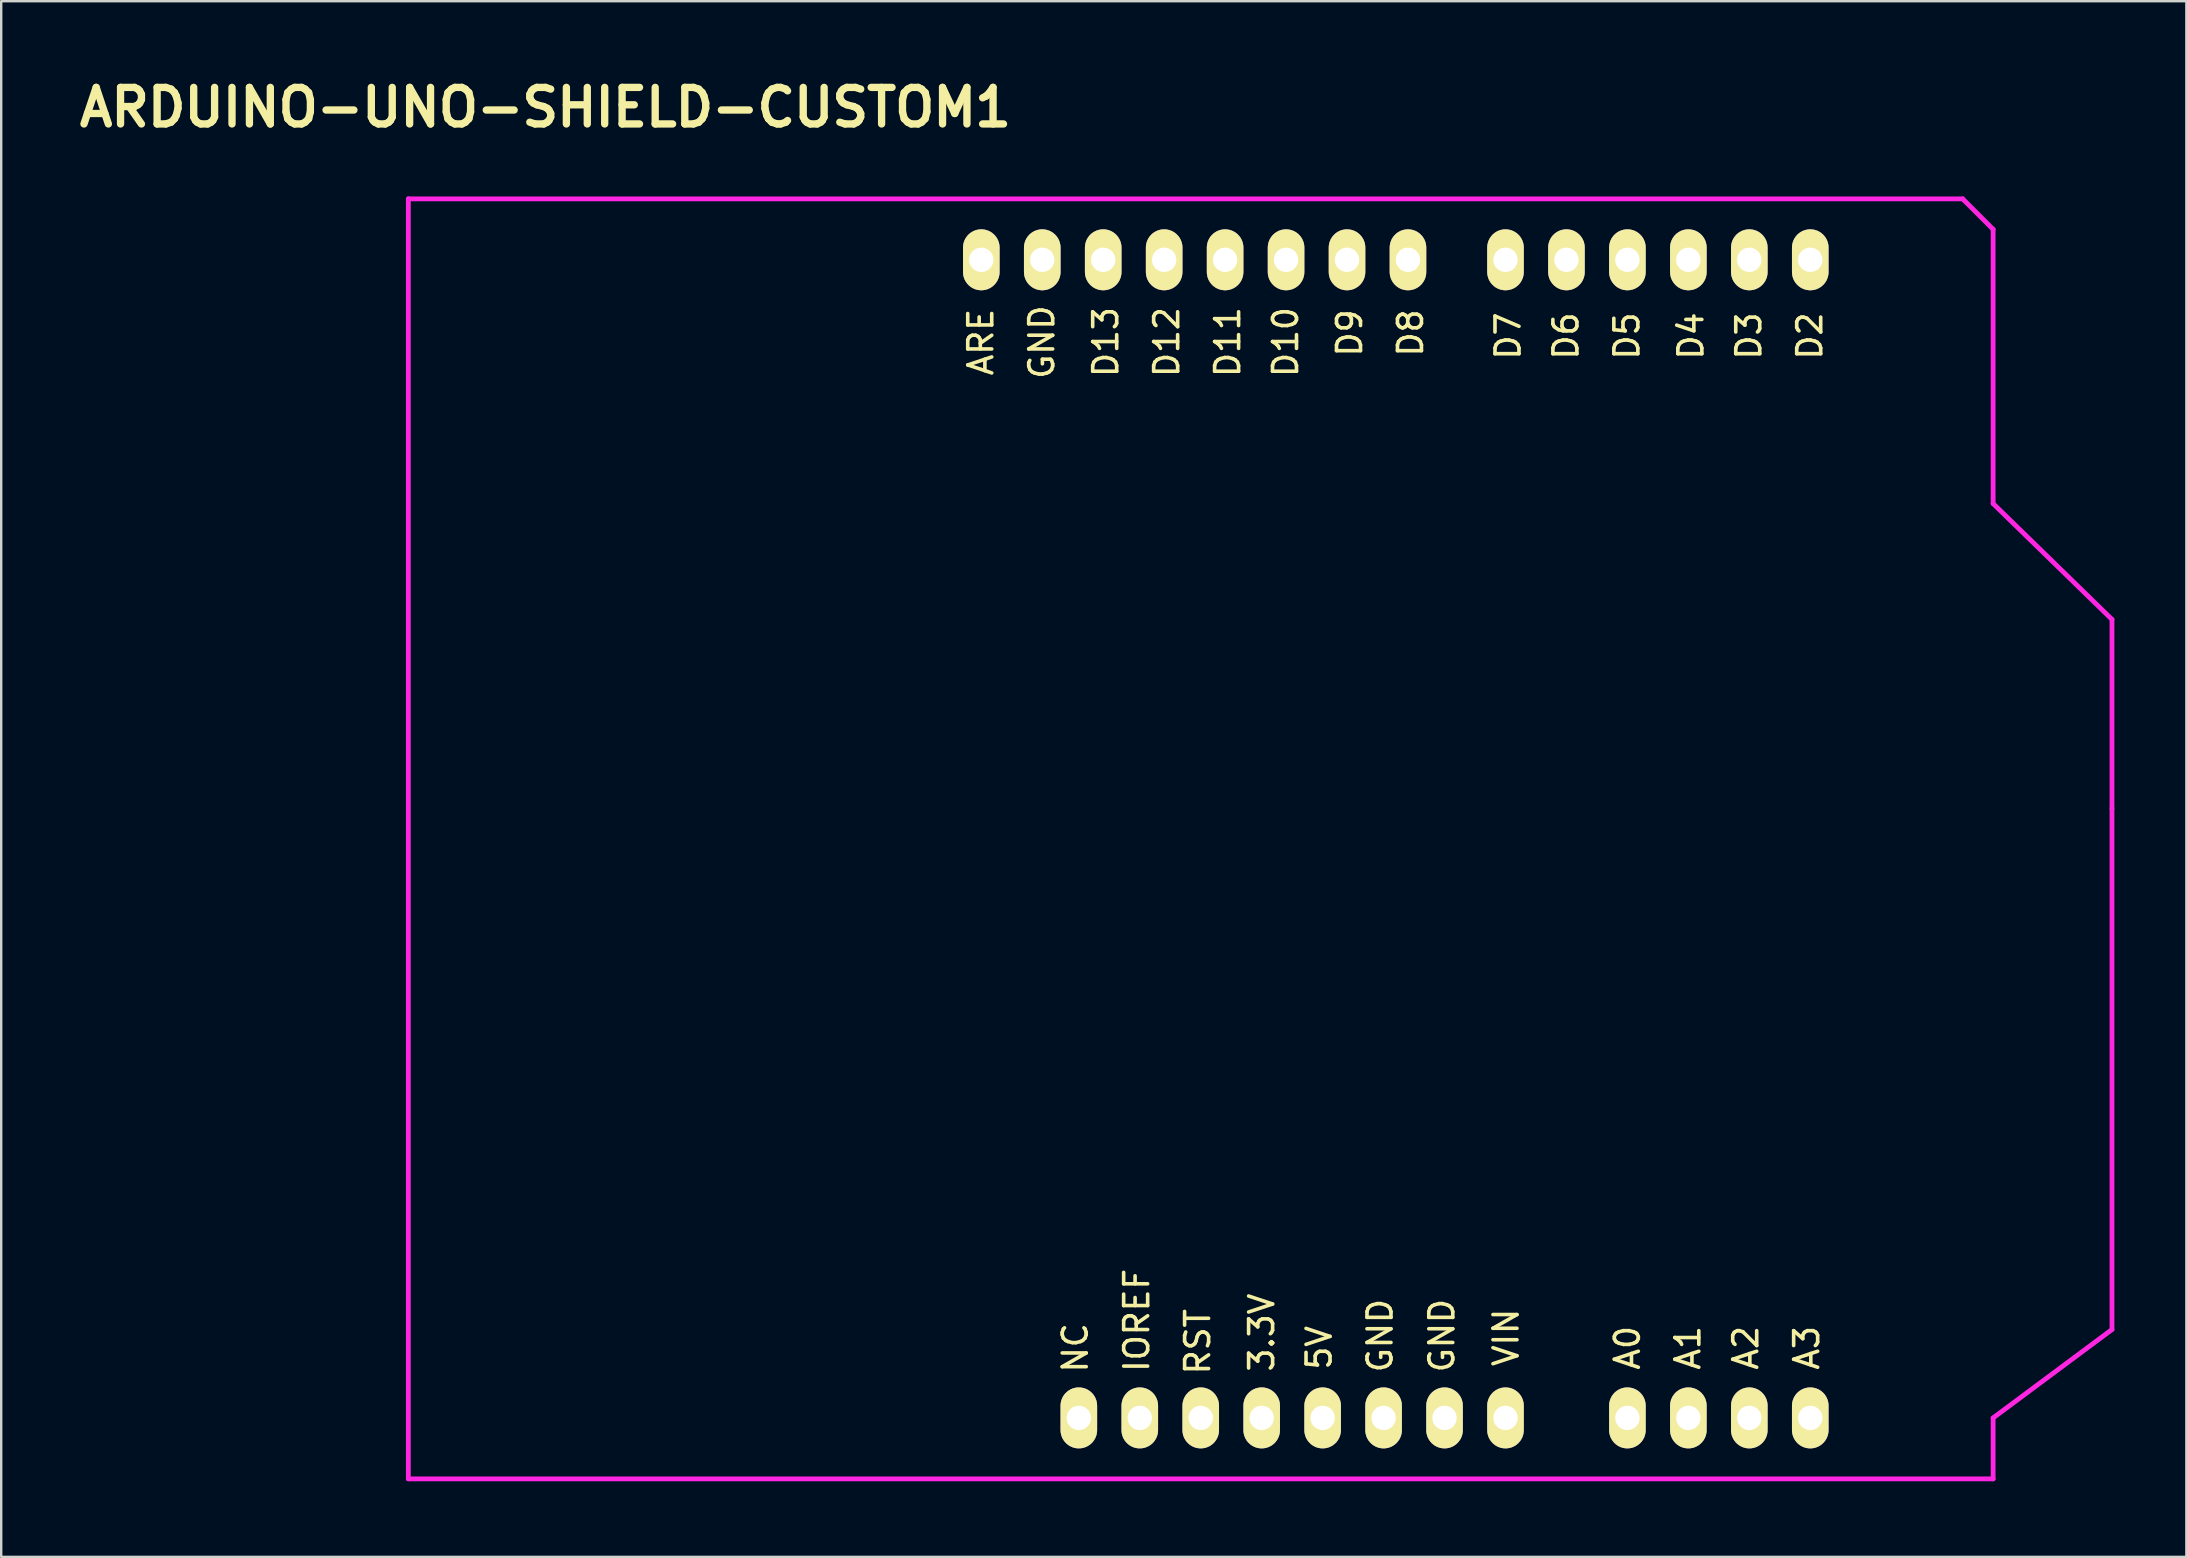
<source format=kicad_pcb>
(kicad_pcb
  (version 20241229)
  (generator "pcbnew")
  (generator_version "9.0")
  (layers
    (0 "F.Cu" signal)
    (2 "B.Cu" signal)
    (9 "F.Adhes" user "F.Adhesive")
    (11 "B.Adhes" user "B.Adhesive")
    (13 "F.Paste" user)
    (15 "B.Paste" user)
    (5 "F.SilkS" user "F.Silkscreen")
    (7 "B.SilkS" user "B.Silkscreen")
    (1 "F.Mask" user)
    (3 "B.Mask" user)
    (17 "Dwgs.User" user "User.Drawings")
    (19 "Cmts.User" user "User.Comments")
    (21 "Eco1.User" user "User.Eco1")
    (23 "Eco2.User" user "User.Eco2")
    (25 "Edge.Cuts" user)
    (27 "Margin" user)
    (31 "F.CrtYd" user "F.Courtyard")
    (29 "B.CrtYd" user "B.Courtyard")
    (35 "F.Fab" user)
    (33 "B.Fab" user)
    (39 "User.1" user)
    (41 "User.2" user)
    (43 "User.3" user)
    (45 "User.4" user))
  (footprint "ARDUINO-UNO-SHIELD-CUSTOM1"
    (layer "F.Cu")
    (at 13.966 58.576)
    (property "Reference" "ARDUINO-UNO-SHIELD-CUSTOM1" (at 5.715 -57.15 0) (layer "F.SilkS") (effects (font (size 1.524 1.524) (thickness 0.305))))
    (attr through_hole)
    (fp_line (start 0 0) (end 0 -53.34) (stroke (width 0.2) (type solid)) (layer "F.CrtYd"))
    (fp_line (start 0 0) (end 66.04 0) (stroke (width 0.2) (type solid)) (layer "F.CrtYd"))
    (fp_line (start 64.77 -53.34) (end 0 -53.34) (stroke (width 0.2) (type solid)) (layer "F.CrtYd"))
    (fp_line (start 66.04 -52.07) (end 64.77 -53.34) (stroke (width 0.2) (type solid)) (layer "F.CrtYd"))
    (fp_line (start 66.04 -40.64) (end 66.04 -52.07) (stroke (width 0.2) (type solid)) (layer "F.CrtYd"))
    (fp_line (start 66.04 -40.64) (end 70.993 -35.814) (stroke (width 0.2) (type solid)) (layer "F.CrtYd"))
    (fp_line (start 66.04 -2.54) (end 66.04 0) (stroke (width 0.2) (type solid)) (layer "F.CrtYd"))
    (fp_line (start 66.04 -2.54) (end 70.993 -6.223) (stroke (width 0.2) (type solid)) (layer "F.CrtYd"))
    (fp_line (start 70.993 -35.814) (end 70.993 -27.94) (stroke (width 0.2) (type solid)) (layer "F.CrtYd"))
    (fp_line (start 70.993 -27.94) (end 70.993 -6.223) (stroke (width 0.2) (type solid)) (layer "F.CrtYd"))
    (fp_text user "D12" (at 31.603 -47.371 90) (layer "F.SilkS") (effects (font (size 1 1) (thickness 0.15))))
    (fp_text user "A2" (at 55.733 -5.461 90) (layer "F.SilkS") (effects (font (size 1 1) (thickness 0.15))))
    (fp_text user "D4" (at 53.447 -47.625 90) (layer "F.SilkS") (effects (font (size 1 1) (thickness 0.15))))
    (fp_text user "D3" (at 55.86 -47.625 90) (layer "F.SilkS") (effects (font (size 1 1) (thickness 0.15))))
    (fp_text user "D9" (at 39.223 -47.752 90) (layer "F.SilkS") (effects (font (size 1 1) (thickness 0.15))))
    (fp_text user "RST" (at 32.893 -5.715 90) (layer "F.SilkS") (effects (font (size 1 1) (thickness 0.15))))
    (fp_text user "GND" (at 26.396 -47.371 90) (layer "F.SilkS") (effects (font (size 1 1) (thickness 0.15))))
    (fp_text user "5V" (at 37.953 -5.461 90) (layer "F.SilkS") (effects (font (size 1 1) (thickness 0.15))))
    (fp_text user "A1" (at 53.32 -5.461 90) (layer "F.SilkS") (effects (font (size 1 1) (thickness 0.15))))
    (fp_text user "D10" (at 36.556 -47.371 90) (layer "F.SilkS") (effects (font (size 1 1) (thickness 0.15))))
    (fp_text user "D13" (at 29.063 -47.371 90) (layer "F.SilkS") (effects (font (size 1 1) (thickness 0.15))))
    (fp_text user "D6" (at 48.24 -47.625 90) (layer "F.SilkS") (effects (font (size 1 1) (thickness 0.15))))
    (fp_text user "VIN" (at 45.743 -5.894 90) (layer "F.SilkS") (effects (font (size 1 1) (thickness 0.15))))
    (fp_text user "GND" (at 43.068 -5.969 90) (layer "F.SilkS") (effects (font (size 1 1) (thickness 0.15))))
    (fp_text user "D8" (at 41.763 -47.752 90) (layer "F.SilkS") (effects (font (size 1 1) (thickness 0.15))))
    (fp_text user "D11" (at 34.143 -47.371 90) (layer "F.SilkS") (effects (font (size 1 1) (thickness 0.15))))
    (fp_text user "GND" (at 40.493 -5.969 90) (layer "F.SilkS") (effects (font (size 1 1) (thickness 0.15))))
    (fp_text user "A0" (at 50.8 -5.461 90) (layer "F.SilkS") (effects (font (size 1 1) (thickness 0.15))))
    (fp_text user "D5" (at 50.78 -47.625 90) (layer "F.SilkS") (effects (font (size 1 1) (thickness 0.15))))
    (fp_text user "D2" (at 58.4 -47.625 90) (layer "F.SilkS") (effects (font (size 1 1) (thickness 0.15))))
    (fp_text user "NC" (at 27.793 -5.461 90) (layer "F.SilkS") (effects (font (size 1 1) (thickness 0.15))))
    (fp_text user "IOREF" (at 30.353 -6.604 90) (layer "F.SilkS") (effects (font (size 1 1) (thickness 0.15))))
    (fp_text user "D7" (at 45.827 -47.625 90) (layer "F.SilkS") (effects (font (size 1 1) (thickness 0.15))))
    (fp_text user "3.3V" (at 35.56 -6.096 90) (layer "F.SilkS") (effects (font (size 1 1) (thickness 0.15))))
    (fp_text user "ARE" (at 23.856 -47.371 90) (layer "F.SilkS") (effects (font (size 1 1) (thickness 0.15))))
    (fp_text user "A3" (at 58.273 -5.461 90) (layer "F.SilkS") (effects (font (size 1 1) (thickness 0.15))))
    (pad "3V3" thru_hole oval (at 35.56 -2.54 90) (size 2.54 1.524) (drill 1.016) (layers "*.Cu" "*.Mask" "F.SilkS"))
    (pad "5V" thru_hole oval (at 38.1 -2.54 90) (size 2.54 1.524) (drill 1.016) (layers "*.Cu" "*.Mask" "F.SilkS"))
    (pad "A0" thru_hole oval (at 50.8 -2.54 90) (size 2.54 1.524) (drill 1.016) (layers "*.Cu" "*.Mask" "F.SilkS"))
    (pad "A1" thru_hole oval (at 53.34 -2.54 90) (size 2.54 1.524) (drill 1.016) (layers "*.Cu" "*.Mask" "F.SilkS"))
    (pad "A2" thru_hole oval (at 55.88 -2.54 90) (size 2.54 1.524) (drill 1.016) (layers "*.Cu" "*.Mask" "F.SilkS"))
    (pad "A3" thru_hole oval (at 58.42 -2.54 90) (size 2.54 1.524) (drill 1.016) (layers "*.Cu" "*.Mask" "F.SilkS"))
    (pad "AREF" thru_hole oval (at 23.876 -50.8 90) (size 2.54 1.524) (drill 1.016) (layers "*.Cu" "*.Mask" "F.SilkS"))
    (pad "D2" thru_hole oval (at 58.42 -50.8 90) (size 2.54 1.524) (drill 1.016) (layers "*.Cu" "*.Mask" "F.SilkS"))
    (pad "D3" thru_hole oval (at 55.88 -50.8 90) (size 2.54 1.524) (drill 1.016) (layers "*.Cu" "*.Mask" "F.SilkS"))
    (pad "D4" thru_hole oval (at 53.34 -50.8 90) (size 2.54 1.524) (drill 1.016) (layers "*.Cu" "*.Mask" "F.SilkS"))
    (pad "D5" thru_hole oval (at 50.8 -50.8 90) (size 2.54 1.524) (drill 1.016) (layers "*.Cu" "*.Mask" "F.SilkS"))
    (pad "D6" thru_hole oval (at 48.26 -50.8 90) (size 2.54 1.524) (drill 1.016) (layers "*.Cu" "*.Mask" "F.SilkS"))
    (pad "D7" thru_hole oval (at 45.72 -50.8 90) (size 2.54 1.524) (drill 1.016) (layers "*.Cu" "*.Mask" "F.SilkS"))
    (pad "D8" thru_hole oval (at 41.656 -50.8 90) (size 2.54 1.524) (drill 1.016) (layers "*.Cu" "*.Mask" "F.SilkS"))
    (pad "D9" thru_hole oval (at 39.116 -50.8 90) (size 2.54 1.524) (drill 1.016) (layers "*.Cu" "*.Mask" "F.SilkS"))
    (pad "D10" thru_hole oval (at 36.576 -50.8 90) (size 2.54 1.524) (drill 1.016) (layers "*.Cu" "*.Mask" "F.SilkS"))
    (pad "D11" thru_hole oval (at 34.036 -50.8 90) (size 2.54 1.524) (drill 1.016) (layers "*.Cu" "*.Mask" "F.SilkS"))
    (pad "D12" thru_hole oval (at 31.496 -50.8 90) (size 2.54 1.524) (drill 1.016) (layers "*.Cu" "*.Mask" "F.SilkS"))
    (pad "D13" thru_hole oval (at 28.956 -50.8 90) (size 2.54 1.524) (drill 1.016) (layers "*.Cu" "*.Mask" "F.SilkS"))
    (pad "GND1" thru_hole oval (at 40.64 -2.54 90) (size 2.54 1.524) (drill 1.016) (layers "*.Cu" "*.Mask" "F.SilkS"))
    (pad "GND2" thru_hole oval (at 43.18 -2.54 90) (size 2.54 1.524) (drill 1.016) (layers "*.Cu" "*.Mask" "F.SilkS"))
    (pad "GND3" thru_hole oval (at 26.416 -50.8 90) (size 2.54 1.524) (drill 1.016) (layers "*.Cu" "*.Mask" "F.SilkS"))
    (pad "IO" thru_hole oval (at 30.48 -2.54 90) (size 2.54 1.524) (drill 1.016) (layers "*.Cu" "*.Mask" "F.SilkS"))
    (pad "NC" thru_hole oval (at 27.94 -2.54 90) (size 2.54 1.524) (drill 1.016) (layers "*.Cu" "*.Mask" "F.SilkS"))
    (pad "RST" thru_hole oval (at 33.02 -2.54 90) (size 2.54 1.524) (drill 1.016) (layers "*.Cu" "*.Mask" "F.SilkS"))
    (pad "VIN" thru_hole oval (at 45.72 -2.54 90) (size 2.54 1.524) (drill 1.016) (layers "*.Cu" "*.Mask" "F.SilkS")))
  (gr_rect
    (start -3 -3)
    (end 88.059 61.826)
    (stroke (width 0.1) (type default))
    (fill no)
    (layer "Edge.Cuts")))
</source>
